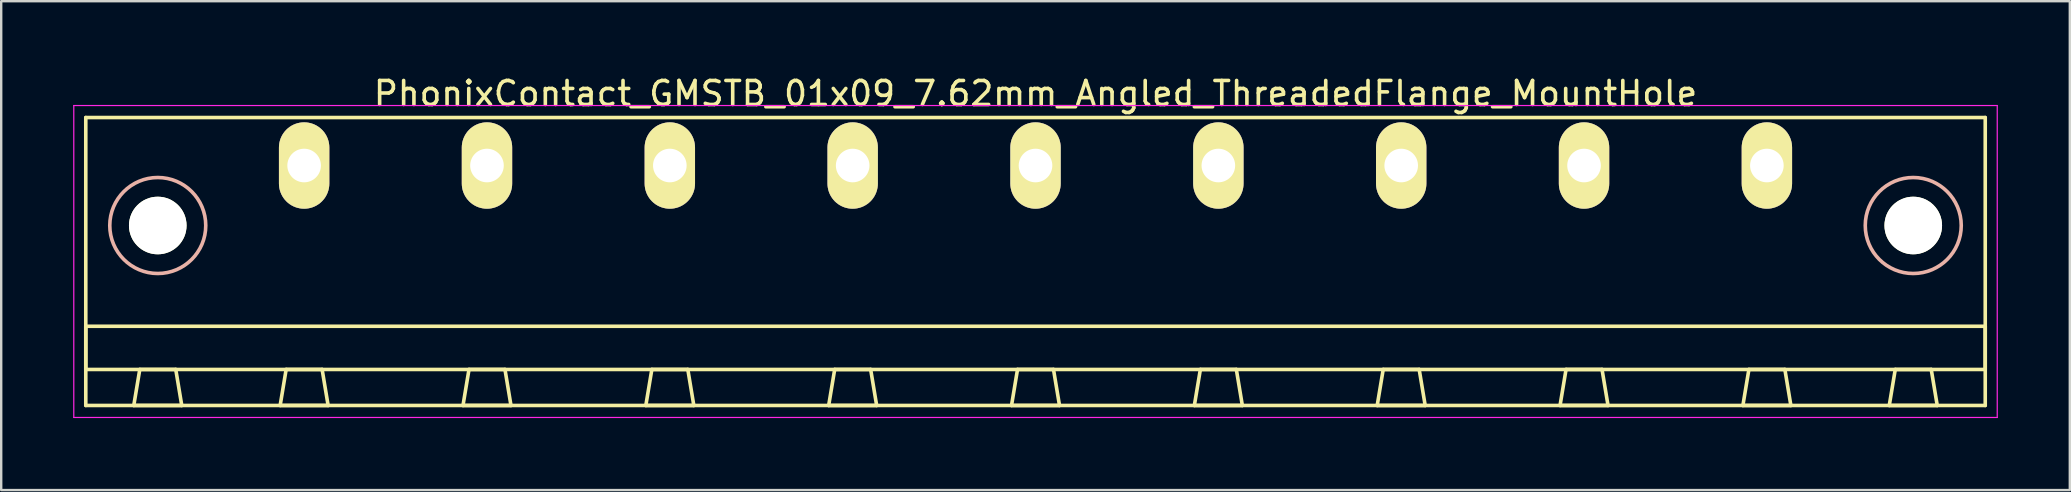
<source format=kicad_pcb>
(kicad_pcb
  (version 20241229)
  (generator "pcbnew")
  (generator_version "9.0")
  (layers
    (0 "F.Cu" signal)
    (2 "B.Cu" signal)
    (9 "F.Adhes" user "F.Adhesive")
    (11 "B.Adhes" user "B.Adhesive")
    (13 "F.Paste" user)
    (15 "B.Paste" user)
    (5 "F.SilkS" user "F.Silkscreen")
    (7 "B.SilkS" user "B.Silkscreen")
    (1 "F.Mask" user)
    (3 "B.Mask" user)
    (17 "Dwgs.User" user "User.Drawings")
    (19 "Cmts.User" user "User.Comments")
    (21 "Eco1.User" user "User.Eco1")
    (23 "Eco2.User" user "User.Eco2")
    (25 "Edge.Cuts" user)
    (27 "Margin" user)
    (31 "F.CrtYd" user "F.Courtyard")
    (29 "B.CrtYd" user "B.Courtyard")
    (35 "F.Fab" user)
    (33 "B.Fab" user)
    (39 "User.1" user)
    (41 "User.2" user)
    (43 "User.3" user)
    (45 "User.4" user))
  (footprint "PhonixContact_GMSTB_01x09_7.62mm_Angled_ThreadedFlange_MountHole"
    (layer "F.Cu")
    (at 9.625 3.848)
    (property "Reference" "PhonixContact_GMSTB_01x09_7.62mm_Angled_ThreadedFlange_MountHole" (at 30.48 -3 0) (layer "F.SilkS") (effects (font (size 1 1) (thickness 0.15))))
    (attr through_hole)
    (fp_line (start -9.1 -2) (end -9.1 10) (stroke (width 0.15) (type solid)) (layer "F.SilkS"))
    (fp_line (start -9.1 6.7) (end 70.06 6.7) (stroke (width 0.15) (type solid)) (layer "F.SilkS"))
    (fp_line (start -9.1 8.5) (end -9.1 6.7) (stroke (width 0.15) (type solid)) (layer "F.SilkS"))
    (fp_line (start -9.1 10) (end 70.06 10) (stroke (width 0.15) (type solid)) (layer "F.SilkS"))
    (fp_line (start -7.1 10) (end -5.1 10) (stroke (width 0.15) (type solid)) (layer "F.SilkS"))
    (fp_line (start -6.85 8.5) (end -7.1 10) (stroke (width 0.15) (type solid)) (layer "F.SilkS"))
    (fp_line (start -5.35 8.5) (end -6.85 8.5) (stroke (width 0.15) (type solid)) (layer "F.SilkS"))
    (fp_line (start -5.1 10) (end -5.35 8.5) (stroke (width 0.15) (type solid)) (layer "F.SilkS"))
    (fp_line (start -1 10) (end 1 10) (stroke (width 0.15) (type solid)) (layer "F.SilkS"))
    (fp_line (start -0.75 8.5) (end -1 10) (stroke (width 0.15) (type solid)) (layer "F.SilkS"))
    (fp_line (start 0.75 8.5) (end -0.75 8.5) (stroke (width 0.15) (type solid)) (layer "F.SilkS"))
    (fp_line (start 1 10) (end 0.75 8.5) (stroke (width 0.15) (type solid)) (layer "F.SilkS"))
    (fp_line (start 6.62 10) (end 8.62 10) (stroke (width 0.15) (type solid)) (layer "F.SilkS"))
    (fp_line (start 6.87 8.5) (end 6.62 10) (stroke (width 0.15) (type solid)) (layer "F.SilkS"))
    (fp_line (start 8.37 8.5) (end 6.87 8.5) (stroke (width 0.15) (type solid)) (layer "F.SilkS"))
    (fp_line (start 8.62 10) (end 8.37 8.5) (stroke (width 0.15) (type solid)) (layer "F.SilkS"))
    (fp_line (start 14.24 10) (end 16.24 10) (stroke (width 0.15) (type solid)) (layer "F.SilkS"))
    (fp_line (start 14.49 8.5) (end 14.24 10) (stroke (width 0.15) (type solid)) (layer "F.SilkS"))
    (fp_line (start 15.99 8.5) (end 14.49 8.5) (stroke (width 0.15) (type solid)) (layer "F.SilkS"))
    (fp_line (start 16.24 10) (end 15.99 8.5) (stroke (width 0.15) (type solid)) (layer "F.SilkS"))
    (fp_line (start 21.86 10) (end 23.86 10) (stroke (width 0.15) (type solid)) (layer "F.SilkS"))
    (fp_line (start 22.11 8.5) (end 21.86 10) (stroke (width 0.15) (type solid)) (layer "F.SilkS"))
    (fp_line (start 23.61 8.5) (end 22.11 8.5) (stroke (width 0.15) (type solid)) (layer "F.SilkS"))
    (fp_line (start 23.86 10) (end 23.61 8.5) (stroke (width 0.15) (type solid)) (layer "F.SilkS"))
    (fp_line (start 29.48 10) (end 31.48 10) (stroke (width 0.15) (type solid)) (layer "F.SilkS"))
    (fp_line (start 29.73 8.5) (end 29.48 10) (stroke (width 0.15) (type solid)) (layer "F.SilkS"))
    (fp_line (start 31.23 8.5) (end 29.73 8.5) (stroke (width 0.15) (type solid)) (layer "F.SilkS"))
    (fp_line (start 31.48 10) (end 31.23 8.5) (stroke (width 0.15) (type solid)) (layer "F.SilkS"))
    (fp_line (start 37.1 10) (end 39.1 10) (stroke (width 0.15) (type solid)) (layer "F.SilkS"))
    (fp_line (start 37.35 8.5) (end 37.1 10) (stroke (width 0.15) (type solid)) (layer "F.SilkS"))
    (fp_line (start 38.85 8.5) (end 37.35 8.5) (stroke (width 0.15) (type solid)) (layer "F.SilkS"))
    (fp_line (start 39.1 10) (end 38.85 8.5) (stroke (width 0.15) (type solid)) (layer "F.SilkS"))
    (fp_line (start 44.72 10) (end 46.72 10) (stroke (width 0.15) (type solid)) (layer "F.SilkS"))
    (fp_line (start 44.97 8.5) (end 44.72 10) (stroke (width 0.15) (type solid)) (layer "F.SilkS"))
    (fp_line (start 46.47 8.5) (end 44.97 8.5) (stroke (width 0.15) (type solid)) (layer "F.SilkS"))
    (fp_line (start 46.72 10) (end 46.47 8.5) (stroke (width 0.15) (type solid)) (layer "F.SilkS"))
    (fp_line (start 52.34 10) (end 54.34 10) (stroke (width 0.15) (type solid)) (layer "F.SilkS"))
    (fp_line (start 52.59 8.5) (end 52.34 10) (stroke (width 0.15) (type solid)) (layer "F.SilkS"))
    (fp_line (start 54.09 8.5) (end 52.59 8.5) (stroke (width 0.15) (type solid)) (layer "F.SilkS"))
    (fp_line (start 54.34 10) (end 54.09 8.5) (stroke (width 0.15) (type solid)) (layer "F.SilkS"))
    (fp_line (start 59.96 10) (end 61.96 10) (stroke (width 0.15) (type solid)) (layer "F.SilkS"))
    (fp_line (start 60.21 8.5) (end 59.96 10) (stroke (width 0.15) (type solid)) (layer "F.SilkS"))
    (fp_line (start 61.71 8.5) (end 60.21 8.5) (stroke (width 0.15) (type solid)) (layer "F.SilkS"))
    (fp_line (start 61.96 10) (end 61.71 8.5) (stroke (width 0.15) (type solid)) (layer "F.SilkS"))
    (fp_line (start 66.06 10) (end 68.06 10) (stroke (width 0.15) (type solid)) (layer "F.SilkS"))
    (fp_line (start 66.31 8.5) (end 66.06 10) (stroke (width 0.15) (type solid)) (layer "F.SilkS"))
    (fp_line (start 67.81 8.5) (end 66.31 8.5) (stroke (width 0.15) (type solid)) (layer "F.SilkS"))
    (fp_line (start 68.06 10) (end 67.81 8.5) (stroke (width 0.15) (type solid)) (layer "F.SilkS"))
    (fp_line (start 70.06 -2) (end -9.1 -2) (stroke (width 0.15) (type solid)) (layer "F.SilkS"))
    (fp_line (start 70.06 6.7) (end 70.06 8.5) (stroke (width 0.15) (type solid)) (layer "F.SilkS"))
    (fp_line (start 70.06 8.5) (end -9.1 8.5) (stroke (width 0.15) (type solid)) (layer "F.SilkS"))
    (fp_line (start 70.06 10) (end 70.06 -2) (stroke (width 0.15) (type solid)) (layer "F.SilkS"))
    (fp_circle (center -6.1 2.5) (end -4.1 2.5) (stroke (width 0.15) (type solid)) (fill no) (layer "B.SilkS"))
    (fp_circle (center 67.06 2.5) (end 69.06 2.5) (stroke (width 0.15) (type solid)) (fill no) (layer "B.SilkS"))
    (fp_line (start -9.6 -2.5) (end -9.6 10.5) (stroke (width 0.05) (type solid)) (layer "F.CrtYd"))
    (fp_line (start -9.6 10.5) (end 70.56 10.5) (stroke (width 0.05) (type solid)) (layer "F.CrtYd"))
    (fp_line (start 70.56 -2.5) (end -9.6 -2.5) (stroke (width 0.05) (type solid)) (layer "F.CrtYd"))
    (fp_line (start 70.56 10.5) (end 70.56 -2.5) (stroke (width 0.05) (type solid)) (layer "F.CrtYd"))
    (pad "" np_thru_hole circle (at -6.1 2.5) (size 2.4 2.4) (drill 2.4) (layers "*.Cu" "*.Mask" "F.SilkS"))
    (pad "" np_thru_hole circle (at 67.06 2.5) (size 2.4 2.4) (drill 2.4) (layers "*.Cu" "*.Mask" "F.SilkS"))
    (pad "1" thru_hole oval (at 0 0) (size 2.1 3.6) (drill 1.4) (layers "*.Cu" "*.Mask" "F.SilkS"))
    (pad "2" thru_hole oval (at 7.62 0) (size 2.1 3.6) (drill 1.4) (layers "*.Cu" "*.Mask" "F.SilkS"))
    (pad "3" thru_hole oval (at 15.24 0) (size 2.1 3.6) (drill 1.4) (layers "*.Cu" "*.Mask" "F.SilkS"))
    (pad "4" thru_hole oval (at 22.86 0) (size 2.1 3.6) (drill 1.4) (layers "*.Cu" "*.Mask" "F.SilkS"))
    (pad "5" thru_hole oval (at 30.48 0) (size 2.1 3.6) (drill 1.4) (layers "*.Cu" "*.Mask" "F.SilkS"))
    (pad "6" thru_hole oval (at 38.1 0) (size 2.1 3.6) (drill 1.4) (layers "*.Cu" "*.Mask" "F.SilkS"))
    (pad "7" thru_hole oval (at 45.72 0) (size 2.1 3.6) (drill 1.4) (layers "*.Cu" "*.Mask" "F.SilkS"))
    (pad "8" thru_hole oval (at 53.34 0) (size 2.1 3.6) (drill 1.4) (layers "*.Cu" "*.Mask" "F.SilkS"))
    (pad "9" thru_hole oval (at 60.96 0) (size 2.1 3.6) (drill 1.4) (layers "*.Cu" "*.Mask" "F.SilkS")))
  (gr_rect
    (start -3 -3)
    (end 83.21 17.373)
    (stroke (width 0.1) (type default))
    (fill no)
    (layer "Edge.Cuts")))
</source>
